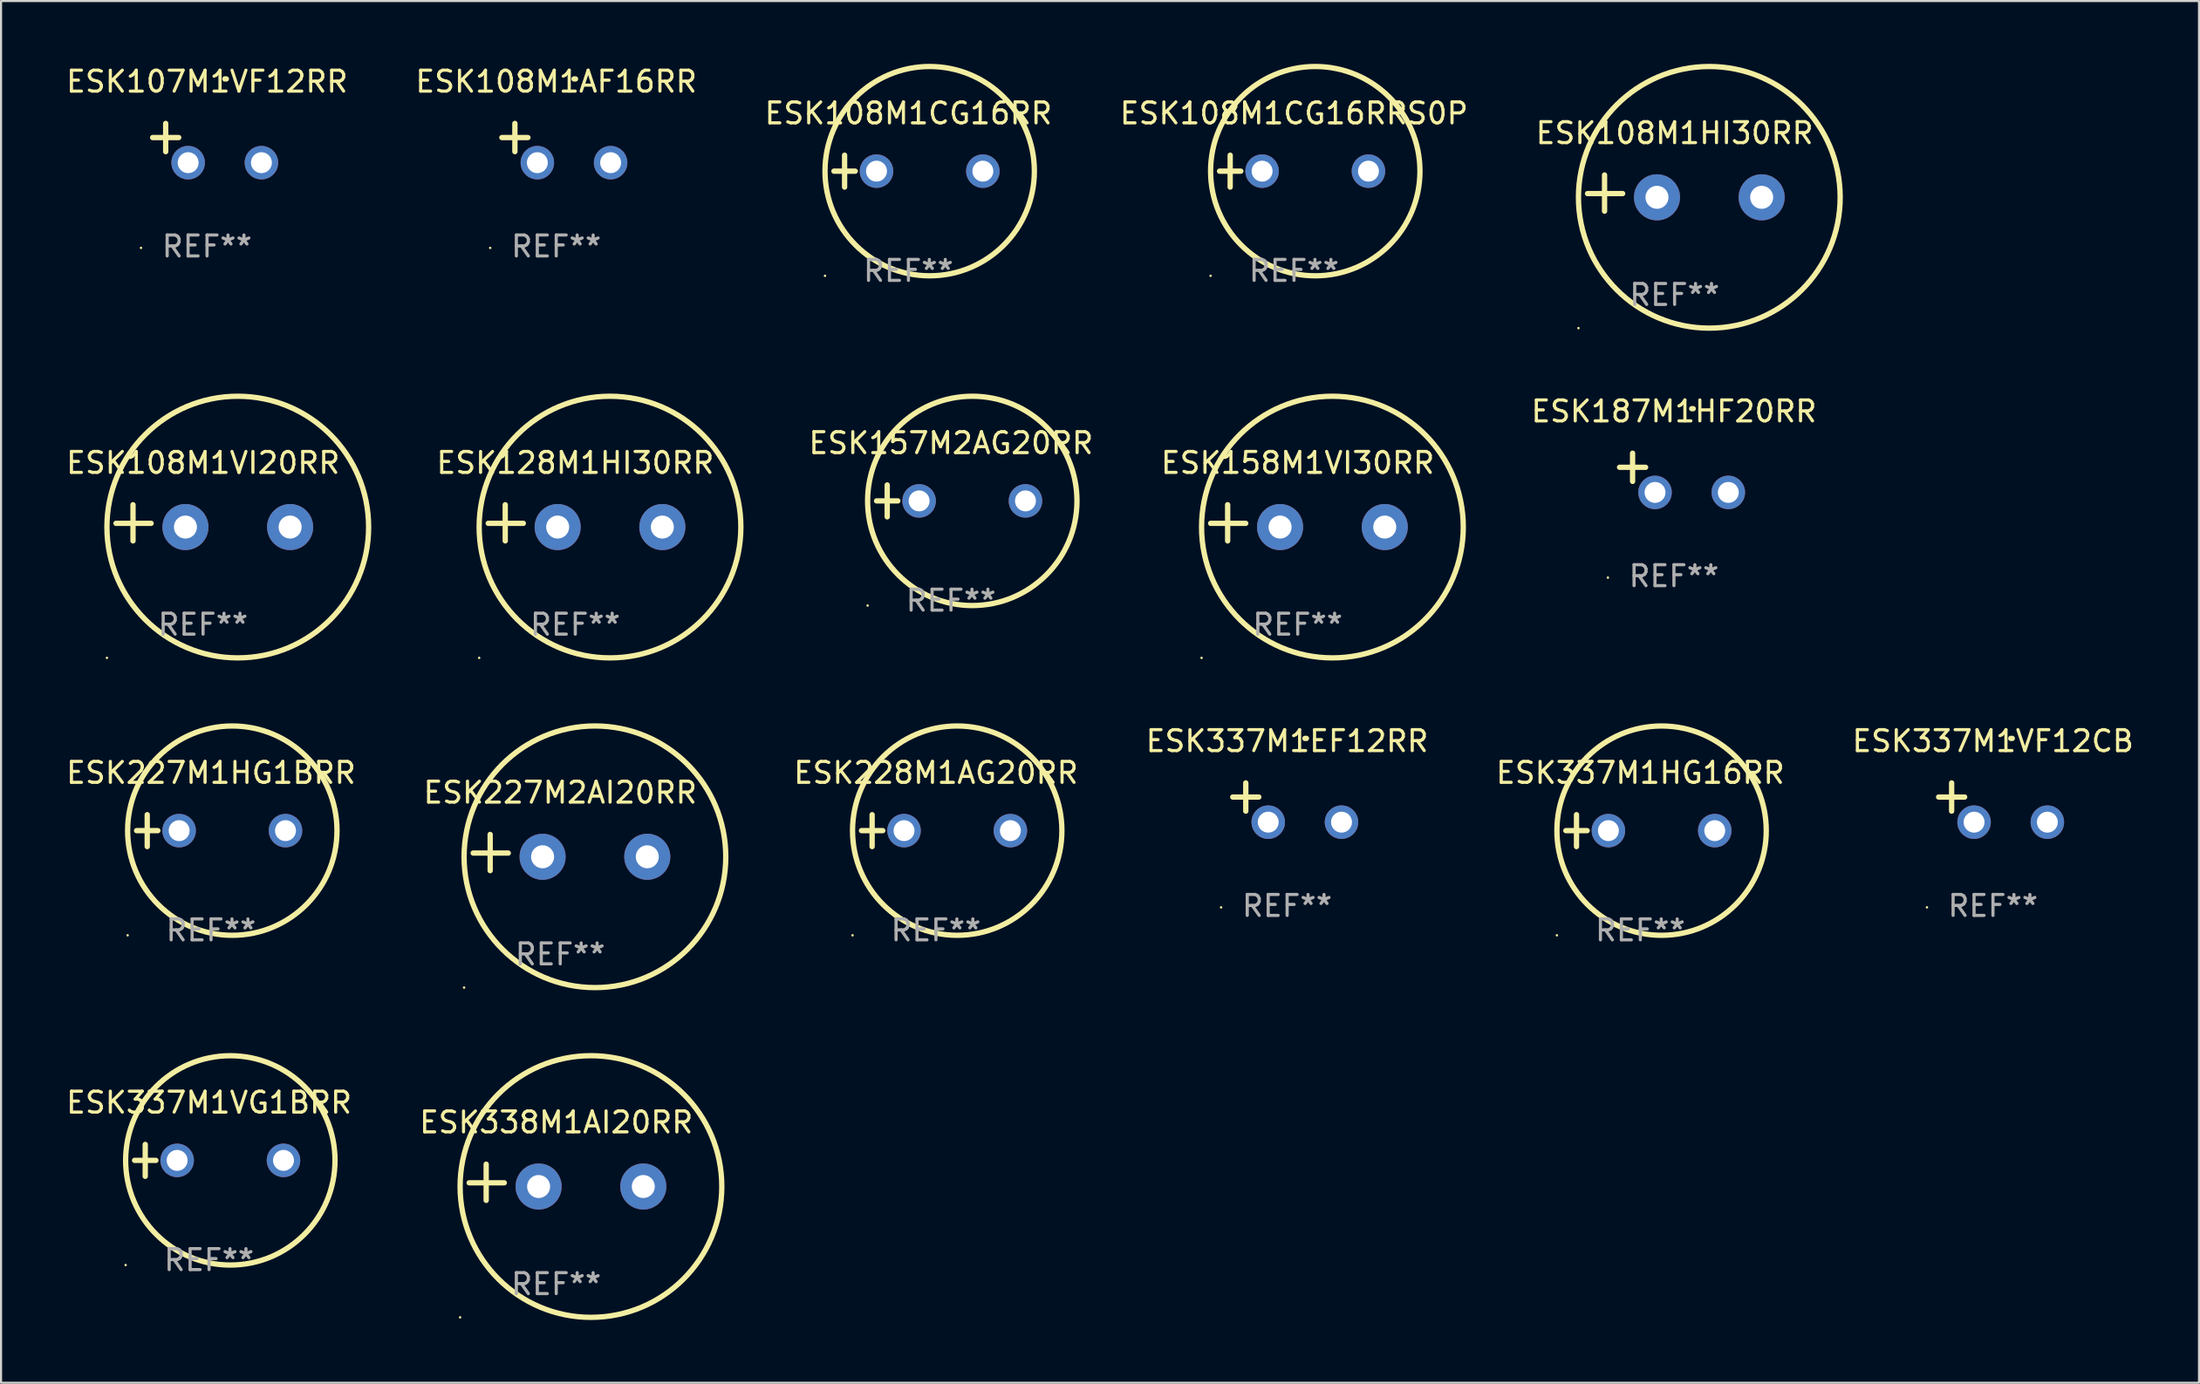
<source format=kicad_pcb>
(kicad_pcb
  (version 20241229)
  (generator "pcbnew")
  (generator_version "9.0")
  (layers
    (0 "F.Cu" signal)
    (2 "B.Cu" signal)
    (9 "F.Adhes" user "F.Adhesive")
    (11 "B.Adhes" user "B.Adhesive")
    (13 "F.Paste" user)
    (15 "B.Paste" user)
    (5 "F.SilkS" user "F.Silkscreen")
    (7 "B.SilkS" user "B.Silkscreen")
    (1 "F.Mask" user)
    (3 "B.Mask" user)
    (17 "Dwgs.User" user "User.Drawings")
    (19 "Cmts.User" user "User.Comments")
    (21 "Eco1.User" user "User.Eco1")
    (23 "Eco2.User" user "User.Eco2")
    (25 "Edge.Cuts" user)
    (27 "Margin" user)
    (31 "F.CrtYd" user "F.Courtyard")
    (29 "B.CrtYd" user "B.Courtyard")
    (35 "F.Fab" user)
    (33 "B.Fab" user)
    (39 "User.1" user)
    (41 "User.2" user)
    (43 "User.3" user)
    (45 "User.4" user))
  (footprint "ESK107M1VF12RR"
    (layer "F.Cu")
    (at 6.839 3.785)
    (property "Reference" "ESK107M1VF12RR" (at 0 -2.937 0) (layer "F.SilkS") (effects (font (size 1 1) (thickness 0.15))))
    (attr through_hole)
    (fp_line (start -1.975 0.41) (end -1.975 -0.937) (stroke (width 0.254) (type solid)) (layer "F.SilkS"))
    (fp_line (start -1.353 -0.263) (end -2.597 -0.263) (stroke (width 0.254) (type solid)) (layer "F.SilkS"))
    (fp_arc (start 0.849809 -3.063957) (mid 0.885369 -3.064114) (end 0.920929 -3.063957) (stroke (width 0.254001) (type solid)) (layer "F.SilkS"))
    (fp_circle (center -3.154 5.008) (end -3.124 5.008) (stroke (width 0.06) (type solid)) (fill no) (layer "F.SilkS"))
    (fp_text user "REF**" (at 0 4.937 0) (layer "F.Fab") (effects (font (size 1 1) (thickness 0.15))))
    (pad "1" thru_hole circle (at -0.903 0.937) (size 1.6 1.6) (drill 1) (layers "*.Cu" "*.Mask"))
    (pad "2" thru_hole circle (at 2.597 0.937) (size 1.6 1.6) (drill 1) (layers "*.Cu" "*.Mask")))
  (footprint "ESK187M1HF20RR"
    (layer "F.Cu")
    (at 76.903 19.539)
    (property "Reference" "ESK187M1HF20RR" (at 0 -2.937 0) (layer "F.SilkS") (effects (font (size 1 1) (thickness 0.15))))
    (attr through_hole)
    (fp_line (start -1.975 0.41) (end -1.975 -0.937) (stroke (width 0.254) (type solid)) (layer "F.SilkS"))
    (fp_line (start -1.353 -0.263) (end -2.597 -0.263) (stroke (width 0.254) (type solid)) (layer "F.SilkS"))
    (fp_arc (start 0.849809 -3.063957) (mid 0.885369 -3.064114) (end 0.920929 -3.063957) (stroke (width 0.254001) (type solid)) (layer "F.SilkS"))
    (fp_circle (center -3.154 5.008) (end -3.124 5.008) (stroke (width 0.06) (type solid)) (fill no) (layer "F.SilkS"))
    (fp_text user "REF**" (at 0 4.937 0) (layer "F.Fab") (effects (font (size 1 1) (thickness 0.15))))
    (pad "1" thru_hole circle (at -0.903 0.937) (size 1.6 1.6) (drill 1) (layers "*.Cu" "*.Mask"))
    (pad "2" thru_hole circle (at 2.597 0.937) (size 1.6 1.6) (drill 1) (layers "*.Cu" "*.Mask")))
  (footprint "ESK108M1VI20RR"
    (layer "F.Cu")
    (at 6.649 21.928)
    (property "Reference" "ESK108M1VI20RR" (at 0 -2.864 0) (layer "F.SilkS") (effects (font (size 1 1) (thickness 0.15))))
    (attr through_hole)
    (fp_line (start -3.346 0.864) (end -3.346 -0.864) (stroke (width 0.254) (type solid)) (layer "F.SilkS"))
    (fp_line (start -2.482 0.025) (end -4.158 0.025) (stroke (width 0.254) (type solid)) (layer "F.SilkS"))
    (fp_circle (center -4.592 6.453) (end -4.562 6.453) (stroke (width 0.06) (type solid)) (fill no) (layer "F.SilkS"))
    (fp_circle (center 1.658 0.203) (end 7.908 0.203) (stroke (width 0.254) (type solid)) (fill no) (layer "F.SilkS"))
    (fp_text user "REF**" (at 0 4.864 0) (layer "F.Fab") (effects (font (size 1 1) (thickness 0.15))))
    (pad "1" thru_hole circle (at -0.842 0.203) (size 2.2 2.2) (drill 1.1) (layers "*.Cu" "*.Mask"))
    (pad "2" thru_hole circle (at 4.158 0.203) (size 2.2 2.2) (drill 1.1) (layers "*.Cu" "*.Mask")))
  (footprint "ESK337M1VG1BRR"
    (layer "F.Cu")
    (at 6.935 52.389)
    (property "Reference" "ESK337M1VG1BRR" (at 0 -2.762 0) (layer "F.SilkS") (effects (font (size 1 1) (thickness 0.15))))
    (attr through_hole)
    (fp_line (start -3.556 0) (end -2.54 0) (stroke (width 0.254) (type solid)) (layer "F.SilkS"))
    (fp_line (start -3.048 -0.762) (end -3.048 0.762) (stroke (width 0.254) (type solid)) (layer "F.SilkS"))
    (fp_circle (center -3.984 5) (end -3.954 5) (stroke (width 0.06) (type solid)) (fill no) (layer "F.SilkS"))
    (fp_circle (center 1.016 0) (end 6.016 0) (stroke (width 0.254) (type solid)) (fill no) (layer "F.SilkS"))
    (fp_text user "REF**" (at 0 4.762 0) (layer "F.Fab") (effects (font (size 1 1) (thickness 0.15))))
    (pad "1" thru_hole circle (at -1.524 0) (size 1.6 1.6) (drill 1) (layers "*.Cu" "*.Mask"))
    (pad "2" thru_hole circle (at 3.556 0) (size 1.6 1.6) (drill 1) (layers "*.Cu" "*.Mask")))
  (footprint "ESK158M1VI30RR"
    (layer "F.Cu")
    (at 58.933 21.928)
    (property "Reference" "ESK158M1VI30RR" (at 0 -2.864 0) (layer "F.SilkS") (effects (font (size 1 1) (thickness 0.15))))
    (attr through_hole)
    (fp_line (start -3.346 0.864) (end -3.346 -0.864) (stroke (width 0.254) (type solid)) (layer "F.SilkS"))
    (fp_line (start -2.482 0.025) (end -4.158 0.025) (stroke (width 0.254) (type solid)) (layer "F.SilkS"))
    (fp_circle (center -4.592 6.453) (end -4.562 6.453) (stroke (width 0.06) (type solid)) (fill no) (layer "F.SilkS"))
    (fp_circle (center 1.658 0.203) (end 7.908 0.203) (stroke (width 0.254) (type solid)) (fill no) (layer "F.SilkS"))
    (fp_text user "REF**" (at 0 4.864 0) (layer "F.Fab") (effects (font (size 1 1) (thickness 0.15))))
    (pad "1" thru_hole circle (at -0.842 0.203) (size 2.2 2.2) (drill 1.1) (layers "*.Cu" "*.Mask"))
    (pad "2" thru_hole circle (at 4.158 0.203) (size 2.2 2.2) (drill 1.1) (layers "*.Cu" "*.Mask")))
  (footprint "ESK108M1CG16RR"
    (layer "F.Cu")
    (at 40.339 5.127)
    (property "Reference" "ESK108M1CG16RR" (at 0 -2.762 0) (layer "F.SilkS") (effects (font (size 1 1) (thickness 0.15))))
    (attr through_hole)
    (fp_line (start -3.556 0) (end -2.54 0) (stroke (width 0.254) (type solid)) (layer "F.SilkS"))
    (fp_line (start -3.048 -0.762) (end -3.048 0.762) (stroke (width 0.254) (type solid)) (layer "F.SilkS"))
    (fp_circle (center -3.984 5) (end -3.954 5) (stroke (width 0.06) (type solid)) (fill no) (layer "F.SilkS"))
    (fp_circle (center 1.016 0) (end 6.016 0) (stroke (width 0.254) (type solid)) (fill no) (layer "F.SilkS"))
    (fp_text user "REF**" (at 0 4.762 0) (layer "F.Fab") (effects (font (size 1 1) (thickness 0.15))))
    (pad "1" thru_hole circle (at -1.524 0) (size 1.6 1.6) (drill 1) (layers "*.Cu" "*.Mask"))
    (pad "2" thru_hole circle (at 3.556 0) (size 1.6 1.6) (drill 1) (layers "*.Cu" "*.Mask")))
  (footprint "ESK157M2AG20RR"
    (layer "F.Cu")
    (at 42.374 20.881)
    (property "Reference" "ESK157M2AG20RR" (at 0 -2.762 0) (layer "F.SilkS") (effects (font (size 1 1) (thickness 0.15))))
    (attr through_hole)
    (fp_line (start -3.556 0) (end -2.54 0) (stroke (width 0.254) (type solid)) (layer "F.SilkS"))
    (fp_line (start -3.048 -0.762) (end -3.048 0.762) (stroke (width 0.254) (type solid)) (layer "F.SilkS"))
    (fp_circle (center -3.984 5) (end -3.954 5) (stroke (width 0.06) (type solid)) (fill no) (layer "F.SilkS"))
    (fp_circle (center 1.016 0) (end 6.016 0) (stroke (width 0.254) (type solid)) (fill no) (layer "F.SilkS"))
    (fp_text user "REF**" (at 0 4.762 0) (layer "F.Fab") (effects (font (size 1 1) (thickness 0.15))))
    (pad "1" thru_hole circle (at -1.524 0) (size 1.6 1.6) (drill 1) (layers "*.Cu" "*.Mask"))
    (pad "2" thru_hole circle (at 3.556 0) (size 1.6 1.6) (drill 1) (layers "*.Cu" "*.Mask")))
  (footprint "ESK227M1HG1BRR"
    (layer "F.Cu")
    (at 7.03 36.635)
    (property "Reference" "ESK227M1HG1BRR" (at 0 -2.762 0) (layer "F.SilkS") (effects (font (size 1 1) (thickness 0.15))))
    (attr through_hole)
    (fp_line (start -3.556 0) (end -2.54 0) (stroke (width 0.254) (type solid)) (layer "F.SilkS"))
    (fp_line (start -3.048 -0.762) (end -3.048 0.762) (stroke (width 0.254) (type solid)) (layer "F.SilkS"))
    (fp_circle (center -3.984 5) (end -3.954 5) (stroke (width 0.06) (type solid)) (fill no) (layer "F.SilkS"))
    (fp_circle (center 1.016 0) (end 6.016 0) (stroke (width 0.254) (type solid)) (fill no) (layer "F.SilkS"))
    (fp_text user "REF**" (at 0 4.762 0) (layer "F.Fab") (effects (font (size 1 1) (thickness 0.15))))
    (pad "1" thru_hole circle (at -1.524 0) (size 1.6 1.6) (drill 1) (layers "*.Cu" "*.Mask"))
    (pad "2" thru_hole circle (at 3.556 0) (size 1.6 1.6) (drill 1) (layers "*.Cu" "*.Mask")))
  (footprint "ESK128M1HI30RR"
    (layer "F.Cu")
    (at 24.428 21.928)
    (property "Reference" "ESK128M1HI30RR" (at 0 -2.864 0) (layer "F.SilkS") (effects (font (size 1 1) (thickness 0.15))))
    (attr through_hole)
    (fp_line (start -3.346 0.864) (end -3.346 -0.864) (stroke (width 0.254) (type solid)) (layer "F.SilkS"))
    (fp_line (start -2.482 0.025) (end -4.158 0.025) (stroke (width 0.254) (type solid)) (layer "F.SilkS"))
    (fp_circle (center -4.592 6.453) (end -4.562 6.453) (stroke (width 0.06) (type solid)) (fill no) (layer "F.SilkS"))
    (fp_circle (center 1.658 0.203) (end 7.908 0.203) (stroke (width 0.254) (type solid)) (fill no) (layer "F.SilkS"))
    (fp_text user "REF**" (at 0 4.864 0) (layer "F.Fab") (effects (font (size 1 1) (thickness 0.15))))
    (pad "1" thru_hole circle (at -0.842 0.203) (size 2.2 2.2) (drill 1.1) (layers "*.Cu" "*.Mask"))
    (pad "2" thru_hole circle (at 4.158 0.203) (size 2.2 2.2) (drill 1.1) (layers "*.Cu" "*.Mask")))
  (footprint "ESK108M1HI30RR"
    (layer "F.Cu")
    (at 76.935 6.174)
    (property "Reference" "ESK108M1HI30RR" (at 0 -2.864 0) (layer "F.SilkS") (effects (font (size 1 1) (thickness 0.15))))
    (attr through_hole)
    (fp_line (start -3.346 0.864) (end -3.346 -0.864) (stroke (width 0.254) (type solid)) (layer "F.SilkS"))
    (fp_line (start -2.482 0.025) (end -4.158 0.025) (stroke (width 0.254) (type solid)) (layer "F.SilkS"))
    (fp_circle (center -4.592 6.453) (end -4.562 6.453) (stroke (width 0.06) (type solid)) (fill no) (layer "F.SilkS"))
    (fp_circle (center 1.658 0.203) (end 7.908 0.203) (stroke (width 0.254) (type solid)) (fill no) (layer "F.SilkS"))
    (fp_text user "REF**" (at 0 4.864 0) (layer "F.Fab") (effects (font (size 1 1) (thickness 0.15))))
    (pad "1" thru_hole circle (at -0.842 0.203) (size 2.2 2.2) (drill 1.1) (layers "*.Cu" "*.Mask"))
    (pad "2" thru_hole circle (at 4.158 0.203) (size 2.2 2.2) (drill 1.1) (layers "*.Cu" "*.Mask")))
  (footprint "ESK337M1HG16RR"
    (layer "F.Cu")
    (at 75.297 36.635)
    (property "Reference" "ESK337M1HG16RR" (at 0 -2.762 0) (layer "F.SilkS") (effects (font (size 1 1) (thickness 0.15))))
    (attr through_hole)
    (fp_line (start -3.556 0) (end -2.54 0) (stroke (width 0.254) (type solid)) (layer "F.SilkS"))
    (fp_line (start -3.048 -0.762) (end -3.048 0.762) (stroke (width 0.254) (type solid)) (layer "F.SilkS"))
    (fp_circle (center -3.984 5) (end -3.954 5) (stroke (width 0.06) (type solid)) (fill no) (layer "F.SilkS"))
    (fp_circle (center 1.016 0) (end 6.016 0) (stroke (width 0.254) (type solid)) (fill no) (layer "F.SilkS"))
    (fp_text user "REF**" (at 0 4.762 0) (layer "F.Fab") (effects (font (size 1 1) (thickness 0.15))))
    (pad "1" thru_hole circle (at -1.524 0) (size 1.6 1.6) (drill 1) (layers "*.Cu" "*.Mask"))
    (pad "2" thru_hole circle (at 3.556 0) (size 1.6 1.6) (drill 1) (layers "*.Cu" "*.Mask")))
  (footprint "ESK227M2AI20RR"
    (layer "F.Cu")
    (at 23.708 37.681)
    (property "Reference" "ESK227M2AI20RR" (at 0 -2.864 0) (layer "F.SilkS") (effects (font (size 1 1) (thickness 0.15))))
    (attr through_hole)
    (fp_line (start -3.346 0.864) (end -3.346 -0.864) (stroke (width 0.254) (type solid)) (layer "F.SilkS"))
    (fp_line (start -2.482 0.025) (end -4.158 0.025) (stroke (width 0.254) (type solid)) (layer "F.SilkS"))
    (fp_circle (center -4.592 6.453) (end -4.562 6.453) (stroke (width 0.06) (type solid)) (fill no) (layer "F.SilkS"))
    (fp_circle (center 1.658 0.203) (end 7.908 0.203) (stroke (width 0.254) (type solid)) (fill no) (layer "F.SilkS"))
    (fp_text user "REF**" (at 0 4.864 0) (layer "F.Fab") (effects (font (size 1 1) (thickness 0.15))))
    (pad "1" thru_hole circle (at -0.842 0.203) (size 2.2 2.2) (drill 1.1) (layers "*.Cu" "*.Mask"))
    (pad "2" thru_hole circle (at 4.158 0.203) (size 2.2 2.2) (drill 1.1) (layers "*.Cu" "*.Mask")))
  (footprint "ESK337M1VF12CB"
    (layer "F.Cu")
    (at 92.142 35.293)
    (property "Reference" "ESK337M1VF12CB" (at 0 -2.937 0) (layer "F.SilkS") (effects (font (size 1 1) (thickness 0.15))))
    (attr through_hole)
    (fp_line (start -1.975 0.41) (end -1.975 -0.937) (stroke (width 0.254) (type solid)) (layer "F.SilkS"))
    (fp_line (start -1.353 -0.263) (end -2.597 -0.263) (stroke (width 0.254) (type solid)) (layer "F.SilkS"))
    (fp_arc (start 0.849759 -3.063945) (mid 0.885319 -3.064102) (end 0.920879 -3.063945) (stroke (width 0.254001) (type solid)) (layer "F.SilkS"))
    (fp_circle (center -3.154 5.008) (end -3.124 5.008) (stroke (width 0.06) (type solid)) (fill no) (layer "F.SilkS"))
    (fp_text user "REF**" (at 0 4.937 0) (layer "F.Fab") (effects (font (size 1 1) (thickness 0.15))))
    (pad "1" thru_hole circle (at -0.903 0.937) (size 1.6 1.6) (drill 1) (layers "*.Cu" "*.Mask"))
    (pad "2" thru_hole circle (at 2.597 0.937) (size 1.6 1.6) (drill 1) (layers "*.Cu" "*.Mask")))
  (footprint "ESK337M1EF12RR"
    (layer "F.Cu")
    (at 58.428 35.293)
    (property "Reference" "ESK337M1EF12RR" (at 0 -2.937 0) (layer "F.SilkS") (effects (font (size 1 1) (thickness 0.15))))
    (attr through_hole)
    (fp_line (start -1.975 0.41) (end -1.975 -0.937) (stroke (width 0.254) (type solid)) (layer "F.SilkS"))
    (fp_line (start -1.353 -0.263) (end -2.597 -0.263) (stroke (width 0.254) (type solid)) (layer "F.SilkS"))
    (fp_arc (start 0.849809 -3.063957) (mid 0.885369 -3.064114) (end 0.920929 -3.063957) (stroke (width 0.254001) (type solid)) (layer "F.SilkS"))
    (fp_circle (center -3.154 5.008) (end -3.124 5.008) (stroke (width 0.06) (type solid)) (fill no) (layer "F.SilkS"))
    (fp_text user "REF**" (at 0 4.937 0) (layer "F.Fab") (effects (font (size 1 1) (thickness 0.15))))
    (pad "1" thru_hole circle (at -0.903 0.937) (size 1.6 1.6) (drill 1) (layers "*.Cu" "*.Mask"))
    (pad "2" thru_hole circle (at 2.597 0.937) (size 1.6 1.6) (drill 1) (layers "*.Cu" "*.Mask")))
  (footprint "ESK108M1CG16RRS0P"
    (layer "F.Cu")
    (at 58.756 5.127)
    (property "Reference" "ESK108M1CG16RRS0P" (at 0 -2.762 0) (layer "F.SilkS") (effects (font (size 1 1) (thickness 0.15))))
    (attr through_hole)
    (fp_line (start -3.556 0) (end -2.54 0) (stroke (width 0.254) (type solid)) (layer "F.SilkS"))
    (fp_line (start -3.048 -0.762) (end -3.048 0.762) (stroke (width 0.254) (type solid)) (layer "F.SilkS"))
    (fp_circle (center -3.984 5) (end -3.954 5) (stroke (width 0.06) (type solid)) (fill no) (layer "F.SilkS"))
    (fp_circle (center 1.016 0) (end 6.016 0) (stroke (width 0.254) (type solid)) (fill no) (layer "F.SilkS"))
    (fp_text user "REF**" (at 0 4.762 0) (layer "F.Fab") (effects (font (size 1 1) (thickness 0.15))))
    (pad "1" thru_hole circle (at -1.524 0) (size 1.6 1.6) (drill 1) (layers "*.Cu" "*.Mask"))
    (pad "2" thru_hole circle (at 3.556 0) (size 1.6 1.6) (drill 1) (layers "*.Cu" "*.Mask")))
  (footprint "ESK338M1AI20RR"
    (layer "F.Cu")
    (at 23.518 53.435)
    (property "Reference" "ESK338M1AI20RR" (at 0 -2.864 0) (layer "F.SilkS") (effects (font (size 1 1) (thickness 0.15))))
    (attr through_hole)
    (fp_line (start -3.346 0.864) (end -3.346 -0.864) (stroke (width 0.254) (type solid)) (layer "F.SilkS"))
    (fp_line (start -2.482 0.025) (end -4.158 0.025) (stroke (width 0.254) (type solid)) (layer "F.SilkS"))
    (fp_circle (center -4.592 6.453) (end -4.562 6.453) (stroke (width 0.06) (type solid)) (fill no) (layer "F.SilkS"))
    (fp_circle (center 1.658 0.203) (end 7.908 0.203) (stroke (width 0.254) (type solid)) (fill no) (layer "F.SilkS"))
    (fp_text user "REF**" (at 0 4.864 0) (layer "F.Fab") (effects (font (size 1 1) (thickness 0.15))))
    (pad "1" thru_hole circle (at -0.842 0.203) (size 2.2 2.2) (drill 1.1) (layers "*.Cu" "*.Mask"))
    (pad "2" thru_hole circle (at 4.158 0.203) (size 2.2 2.2) (drill 1.1) (layers "*.Cu" "*.Mask")))
  (footprint "ESK108M1AF16RR"
    (layer "F.Cu")
    (at 23.518 3.785)
    (property "Reference" "ESK108M1AF16RR" (at 0 -2.937 0) (layer "F.SilkS") (effects (font (size 1 1) (thickness 0.15))))
    (attr through_hole)
    (fp_line (start -1.975 0.41) (end -1.975 -0.937) (stroke (width 0.254) (type solid)) (layer "F.SilkS"))
    (fp_line (start -1.353 -0.263) (end -2.597 -0.263) (stroke (width 0.254) (type solid)) (layer "F.SilkS"))
    (fp_arc (start 0.849809 -3.063957) (mid 0.885369 -3.064114) (end 0.920929 -3.063957) (stroke (width 0.254001) (type solid)) (layer "F.SilkS"))
    (fp_circle (center -3.154 5.008) (end -3.124 5.008) (stroke (width 0.06) (type solid)) (fill no) (layer "F.SilkS"))
    (fp_text user "REF**" (at 0 4.937 0) (layer "F.Fab") (effects (font (size 1 1) (thickness 0.15))))
    (pad "1" thru_hole circle (at -0.903 0.937) (size 1.6 1.6) (drill 1) (layers "*.Cu" "*.Mask"))
    (pad "2" thru_hole circle (at 2.597 0.937) (size 1.6 1.6) (drill 1) (layers "*.Cu" "*.Mask")))
  (footprint "ESK228M1AG20RR"
    (layer "F.Cu")
    (at 41.654 36.635)
    (property "Reference" "ESK228M1AG20RR" (at 0 -2.762 0) (layer "F.SilkS") (effects (font (size 1 1) (thickness 0.15))))
    (attr through_hole)
    (fp_line (start -3.556 0) (end -2.54 0) (stroke (width 0.254) (type solid)) (layer "F.SilkS"))
    (fp_line (start -3.048 -0.762) (end -3.048 0.762) (stroke (width 0.254) (type solid)) (layer "F.SilkS"))
    (fp_circle (center -3.984 5) (end -3.954 5) (stroke (width 0.06) (type solid)) (fill no) (layer "F.SilkS"))
    (fp_circle (center 1.016 0) (end 6.016 0) (stroke (width 0.254) (type solid)) (fill no) (layer "F.SilkS"))
    (fp_text user "REF**" (at 0 4.762 0) (layer "F.Fab") (effects (font (size 1 1) (thickness 0.15))))
    (pad "1" thru_hole circle (at -1.524 0) (size 1.6 1.6) (drill 1) (layers "*.Cu" "*.Mask"))
    (pad "2" thru_hole circle (at 3.556 0) (size 1.6 1.6) (drill 1) (layers "*.Cu" "*.Mask")))
  (gr_rect
    (start -3 -3)
    (end 101.982 63.015)
    (stroke (width 0.1) (type default))
    (fill no)
    (layer "Edge.Cuts")))
</source>
